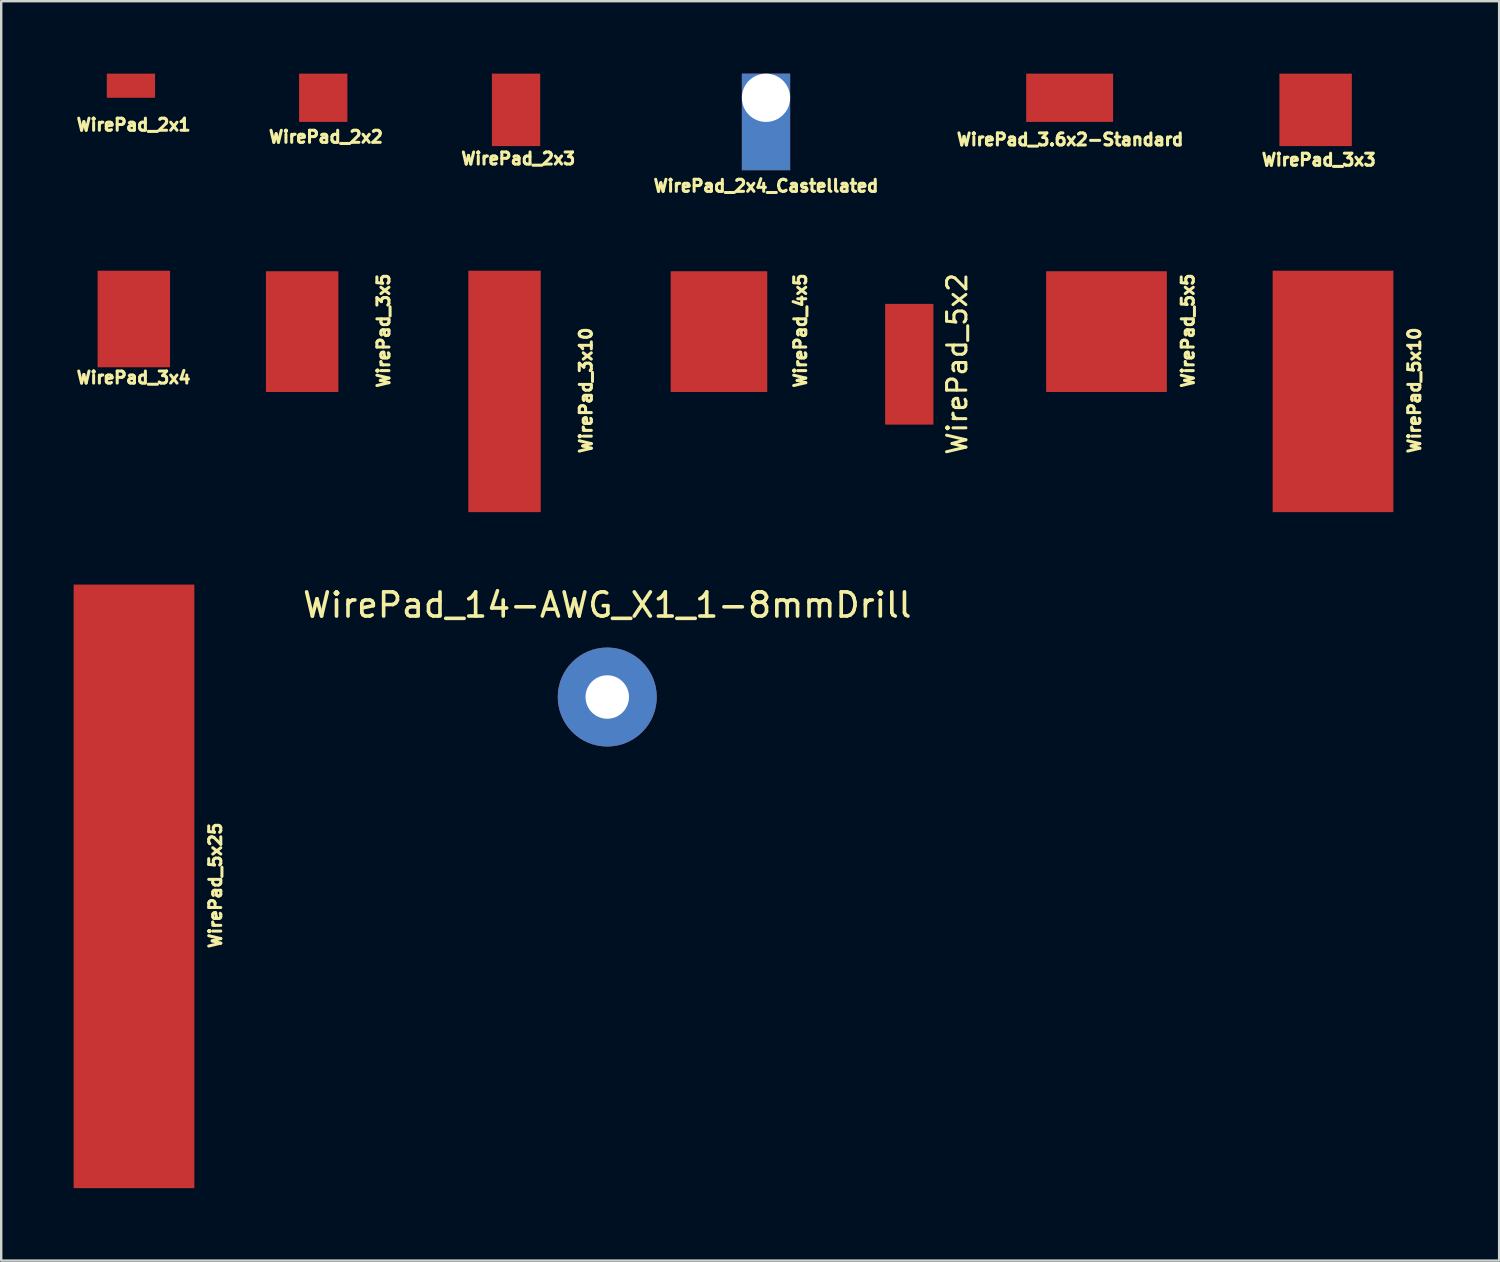
<source format=kicad_pcb>
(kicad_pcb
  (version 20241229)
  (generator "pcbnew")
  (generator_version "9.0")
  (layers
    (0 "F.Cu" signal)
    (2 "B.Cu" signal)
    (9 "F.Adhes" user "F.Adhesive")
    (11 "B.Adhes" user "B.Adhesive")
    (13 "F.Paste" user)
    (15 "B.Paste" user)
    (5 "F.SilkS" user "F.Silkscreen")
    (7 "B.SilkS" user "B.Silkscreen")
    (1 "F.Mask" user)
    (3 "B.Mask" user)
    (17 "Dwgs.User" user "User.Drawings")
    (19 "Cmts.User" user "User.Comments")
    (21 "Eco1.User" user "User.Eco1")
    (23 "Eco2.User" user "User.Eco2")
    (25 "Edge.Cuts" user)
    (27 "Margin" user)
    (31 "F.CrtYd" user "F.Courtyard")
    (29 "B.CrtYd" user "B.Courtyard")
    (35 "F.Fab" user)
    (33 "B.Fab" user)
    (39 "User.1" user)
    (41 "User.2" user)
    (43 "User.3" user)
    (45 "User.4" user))
  (footprint "WirePad_4x5"
    (layer "F.Cu")
    (at 26.729 10.685)
    (property "Reference" "WirePad_4x5" (at 3.37 -0.04 90) (layer "F.SilkS") (effects (font (size 0.5 0.5) (thickness 0.125))))
    (attr smd)
    (pad "1" smd rect (at 0 0) (size 4 5) (layers "F.Cu" "F.Mask")))
  (footprint "WirePad_5x5"
    (layer "F.Cu")
    (at 42.78 10.685)
    (property "Reference" "WirePad_5x5" (at 3.37 -0.04 90) (layer "F.SilkS") (effects (font (size 0.5 0.5) (thickness 0.125))))
    (attr through_hole)
    (pad "1" smd rect (at 0 0) (size 5 5) (layers "F.Cu" "F.Mask")))
  (footprint "WirePad_5x25"
    (layer "F.Cu")
    (at 2.5 33.662)
    (property "Reference" "WirePad_5x25" (at 3.37 -0.04 90) (layer "F.SilkS") (effects (font (size 0.5 0.5) (thickness 0.125))))
    (attr through_hole)
    (pad "1" smd rect (at 0 0) (size 5 25) (layers "F.Cu" "F.Mask")))
  (footprint "WirePad_3x5"
    (layer "F.Cu")
    (at 9.465 10.685)
    (property "Reference" "WirePad_3x5" (at 3.37 -0.04 90) (layer "F.SilkS") (effects (font (size 0.5 0.5) (thickness 0.125))))
    (attr smd)
    (pad "1" smd rect (at 0 0) (size 3 5) (layers "F.Cu" "F.Mask")))
  (footprint "WirePad_2x2"
    (layer "F.Cu")
    (at 10.338 1)
    (property "Reference" "WirePad_2x2" (at 0.11 1.62 0) (layer "F.SilkS") (effects (font (size 0.5 0.5) (thickness 0.125))))
    (attr smd)
    (pad "1" smd rect (at 0 0) (size 2 2) (layers "F.Cu" "F.Mask" "F.Paste")))
  (footprint "WirePad_14-AWG_X1_1-8mmDrill"
    (layer "F.Cu")
    (at 22.102 25.82)
    (property "Reference" "WirePad_14-AWG_X1_1-8mmDrill" (at 0 -3.81 0) (layer "F.SilkS") (effects (font (size 1 1) (thickness 0.15))))
    (attr through_hole)
    (pad "1" thru_hole circle (at 0 0) (size 4.1 4.1) (drill 1.8) (layers "*.Cu" "*.Mask")))
  (footprint "WirePad_3x4"
    (layer "F.Cu")
    (at 2.493 10.162)
    (property "Reference" "WirePad_3x4" (at -0.01 2.43 0) (layer "F.SilkS") (effects (font (size 0.5 0.5) (thickness 0.125))))
    (attr smd)
    (pad "1" smd rect (at 0 0) (size 3 4) (layers "F.Cu" "F.Mask" "F.Paste")))
  (footprint "WirePad_3.6x2-Standard"
    (layer "F.Cu")
    (at 41.253 1)
    (property "Reference" "WirePad_3.6x2-Standard" (at 0.02 1.73 0) (layer "F.SilkS") (effects (font (size 0.5 0.5) (thickness 0.125))))
    (attr smd)
    (pad "1" smd rect (at 0 0) (size 3.6 2) (layers "F.Cu" "F.Mask")))
  (footprint "WirePad_2x1"
    (layer "F.Cu")
    (at 2.373 0.5)
    (property "Reference" "WirePad_2x1" (at 0.11 1.62 0) (layer "F.SilkS") (effects (font (size 0.5 0.5) (thickness 0.125))))
    (attr through_hole)
    (pad "1" smd rect (at 0 0) (size 2 1) (layers "F.Cu" "F.Mask" "F.Paste")))
  (footprint "WirePad_5x10"
    (layer "F.Cu")
    (at 52.162 13.162)
    (property "Reference" "WirePad_5x10" (at 3.37 -0.04 90) (layer "F.SilkS") (effects (font (size 0.5 0.5) (thickness 0.125))))
    (attr through_hole)
    (pad "1" smd rect (at 0 0) (size 5 10) (layers "F.Cu" "F.Mask")))
  (footprint "WirePad_3x3"
    (layer "F.Cu")
    (at 51.442 1.5)
    (property "Reference" "WirePad_3x3" (at 0.13 2.07 0) (layer "F.SilkS") (effects (font (size 0.5 0.5) (thickness 0.125))))
    (attr smd)
    (pad "1" smd rect (at 0 0) (size 3 3) (layers "F.Cu" "F.Mask" "F.Paste")))
  (footprint "WirePad_3x10"
    (layer "F.Cu")
    (at 17.847 13.162)
    (property "Reference" "WirePad_3x10" (at 3.37 -0.04 90) (layer "F.SilkS") (effects (font (size 0.5 0.5) (thickness 0.125))))
    (attr through_hole)
    (pad "1" smd rect (at 0 0) (size 3 10) (layers "F.Cu" "F.Mask")))
  (footprint "WirePad_2x4_Castellated"
    (layer "F.Cu")
    (at 28.677 2.5)
    (property "Reference" "WirePad_2x4_Castellated" (at 0 2.15 0) (layer "F.SilkS") (effects (font (size 0.5 0.5) (thickness 0.125))))
    (attr smd)
    (pad "1" thru_hole trapezoid (at 0 -1.5) (size 2 4) (drill 2 (offset 0 1)) (layers "*.Cu" "*.Mask")))
  (footprint "WirePad_5x2"
    (layer "F.Cu")
    (at 34.611 12.037)
    (property "Reference" "WirePad_5x2" (at 1.981 -0.015 90) (layer "F.SilkS") (effects (font (size 0.8 0.8) (thickness 0.125))))
    (attr smd)
    (pad "1" smd rect (at 0 0) (size 2 5) (layers "F.Cu" "F.Mask")))
  (footprint "WirePad_2x3"
    (layer "F.Cu")
    (at 18.324 1.5)
    (property "Reference" "WirePad_2x3" (at 0.09 2.02 0) (layer "F.SilkS") (effects (font (size 0.5 0.5) (thickness 0.125))))
    (attr smd)
    (pad "1" smd rect (at 0 0) (size 2 3) (layers "F.Cu" "F.Mask" "F.Paste")))
  (gr_rect
    (start -3 -3)
    (end 59.043 49.162)
    (stroke (width 0.1) (type default))
    (fill no)
    (layer "Edge.Cuts")))
</source>
